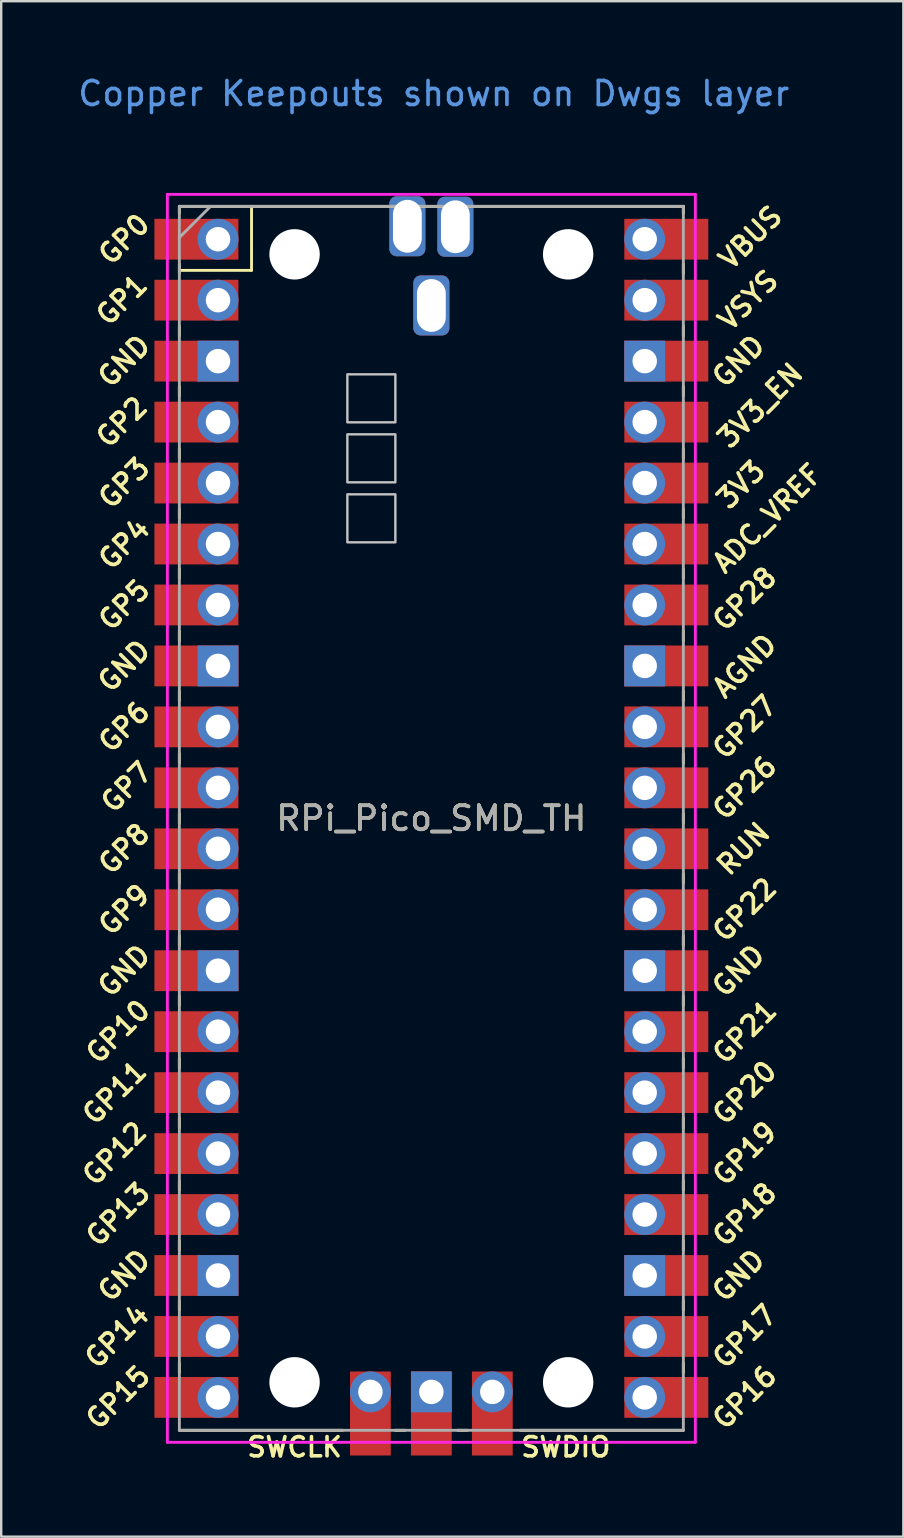
<source format=kicad_pcb>
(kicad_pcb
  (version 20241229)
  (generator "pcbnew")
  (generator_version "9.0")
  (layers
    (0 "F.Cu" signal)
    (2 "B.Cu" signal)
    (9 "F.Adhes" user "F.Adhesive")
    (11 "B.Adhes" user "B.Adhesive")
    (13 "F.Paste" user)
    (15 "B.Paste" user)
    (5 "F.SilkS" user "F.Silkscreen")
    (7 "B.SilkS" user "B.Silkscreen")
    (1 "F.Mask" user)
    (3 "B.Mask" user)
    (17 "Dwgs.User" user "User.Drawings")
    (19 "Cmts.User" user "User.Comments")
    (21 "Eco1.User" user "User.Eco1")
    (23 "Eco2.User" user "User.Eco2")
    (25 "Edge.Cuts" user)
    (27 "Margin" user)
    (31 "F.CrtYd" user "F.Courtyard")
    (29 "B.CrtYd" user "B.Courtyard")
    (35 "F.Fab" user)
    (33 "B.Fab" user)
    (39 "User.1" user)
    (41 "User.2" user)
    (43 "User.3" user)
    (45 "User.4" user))
  (footprint "RPi_Pico_SMD_TH"
    (layer "F.Cu")
    (at 14.924 31.048)
    (property "Reference" "RPi_Pico_SMD_TH" (at 0 0 0) (layer "F.SilkS") (effects (font (size 1 1) (thickness 0.15))))
    (attr through_hole)
    (fp_line (start -10.5 -25.5) (end -10.5 -25.2) (stroke (width 0.12) (type solid)) (layer "F.SilkS"))
    (fp_line (start -10.5 -25.5) (end 10.5 -25.5) (stroke (width 0.12) (type solid)) (layer "F.SilkS"))
    (fp_line (start -10.5 -23.1) (end -10.5 -22.7) (stroke (width 0.12) (type solid)) (layer "F.SilkS"))
    (fp_line (start -10.5 -22.833) (end -7.493 -22.833) (stroke (width 0.12) (type solid)) (layer "F.SilkS"))
    (fp_line (start -10.5 -20.5) (end -10.5 -20.1) (stroke (width 0.12) (type solid)) (layer "F.SilkS"))
    (fp_line (start -10.5 -18) (end -10.5 -17.6) (stroke (width 0.12) (type solid)) (layer "F.SilkS"))
    (fp_line (start -10.5 -15.4) (end -10.5 -15) (stroke (width 0.12) (type solid)) (layer "F.SilkS"))
    (fp_line (start -10.5 -12.9) (end -10.5 -12.5) (stroke (width 0.12) (type solid)) (layer "F.SilkS"))
    (fp_line (start -10.5 -10.4) (end -10.5 -10) (stroke (width 0.12) (type solid)) (layer "F.SilkS"))
    (fp_line (start -10.5 -7.8) (end -10.5 -7.4) (stroke (width 0.12) (type solid)) (layer "F.SilkS"))
    (fp_line (start -10.5 -5.3) (end -10.5 -4.9) (stroke (width 0.12) (type solid)) (layer "F.SilkS"))
    (fp_line (start -10.5 -2.7) (end -10.5 -2.3) (stroke (width 0.12) (type solid)) (layer "F.SilkS"))
    (fp_line (start -10.5 -0.2) (end -10.5 0.2) (stroke (width 0.12) (type solid)) (layer "F.SilkS"))
    (fp_line (start -10.5 2.3) (end -10.5 2.7) (stroke (width 0.12) (type solid)) (layer "F.SilkS"))
    (fp_line (start -10.5 4.9) (end -10.5 5.3) (stroke (width 0.12) (type solid)) (layer "F.SilkS"))
    (fp_line (start -10.5 7.4) (end -10.5 7.8) (stroke (width 0.12) (type solid)) (layer "F.SilkS"))
    (fp_line (start -10.5 10) (end -10.5 10.4) (stroke (width 0.12) (type solid)) (layer "F.SilkS"))
    (fp_line (start -10.5 12.5) (end -10.5 12.9) (stroke (width 0.12) (type solid)) (layer "F.SilkS"))
    (fp_line (start -10.5 15.1) (end -10.5 15.5) (stroke (width 0.12) (type solid)) (layer "F.SilkS"))
    (fp_line (start -10.5 17.6) (end -10.5 18) (stroke (width 0.12) (type solid)) (layer "F.SilkS"))
    (fp_line (start -10.5 20.1) (end -10.5 20.5) (stroke (width 0.12) (type solid)) (layer "F.SilkS"))
    (fp_line (start -10.5 22.7) (end -10.5 23.1) (stroke (width 0.12) (type solid)) (layer "F.SilkS"))
    (fp_line (start -7.493 -22.833) (end -7.493 -25.5) (stroke (width 0.12) (type solid)) (layer "F.SilkS"))
    (fp_line (start -3.7 25.5) (end -10.5 25.5) (stroke (width 0.12) (type solid)) (layer "F.SilkS"))
    (fp_line (start -1.5 25.5) (end -1.1 25.5) (stroke (width 0.12) (type solid)) (layer "F.SilkS"))
    (fp_line (start 1.1 25.5) (end 1.5 25.5) (stroke (width 0.12) (type solid)) (layer "F.SilkS"))
    (fp_line (start 10.5 -25.5) (end 10.5 -25.2) (stroke (width 0.12) (type solid)) (layer "F.SilkS"))
    (fp_line (start 10.5 -23.1) (end 10.5 -22.7) (stroke (width 0.12) (type solid)) (layer "F.SilkS"))
    (fp_line (start 10.5 -20.5) (end 10.5 -20.1) (stroke (width 0.12) (type solid)) (layer "F.SilkS"))
    (fp_line (start 10.5 -18) (end 10.5 -17.6) (stroke (width 0.12) (type solid)) (layer "F.SilkS"))
    (fp_line (start 10.5 -15.4) (end 10.5 -15) (stroke (width 0.12) (type solid)) (layer "F.SilkS"))
    (fp_line (start 10.5 -12.9) (end 10.5 -12.5) (stroke (width 0.12) (type solid)) (layer "F.SilkS"))
    (fp_line (start 10.5 -10.4) (end 10.5 -10) (stroke (width 0.12) (type solid)) (layer "F.SilkS"))
    (fp_line (start 10.5 -7.8) (end 10.5 -7.4) (stroke (width 0.12) (type solid)) (layer "F.SilkS"))
    (fp_line (start 10.5 -5.3) (end 10.5 -4.9) (stroke (width 0.12) (type solid)) (layer "F.SilkS"))
    (fp_line (start 10.5 -2.7) (end 10.5 -2.3) (stroke (width 0.12) (type solid)) (layer "F.SilkS"))
    (fp_line (start 10.5 -0.2) (end 10.5 0.2) (stroke (width 0.12) (type solid)) (layer "F.SilkS"))
    (fp_line (start 10.5 2.3) (end 10.5 2.7) (stroke (width 0.12) (type solid)) (layer "F.SilkS"))
    (fp_line (start 10.5 4.9) (end 10.5 5.3) (stroke (width 0.12) (type solid)) (layer "F.SilkS"))
    (fp_line (start 10.5 7.4) (end 10.5 7.8) (stroke (width 0.12) (type solid)) (layer "F.SilkS"))
    (fp_line (start 10.5 10) (end 10.5 10.4) (stroke (width 0.12) (type solid)) (layer "F.SilkS"))
    (fp_line (start 10.5 12.5) (end 10.5 12.9) (stroke (width 0.12) (type solid)) (layer "F.SilkS"))
    (fp_line (start 10.5 15.1) (end 10.5 15.5) (stroke (width 0.12) (type solid)) (layer "F.SilkS"))
    (fp_line (start 10.5 17.6) (end 10.5 18) (stroke (width 0.12) (type solid)) (layer "F.SilkS"))
    (fp_line (start 10.5 20.1) (end 10.5 20.5) (stroke (width 0.12) (type solid)) (layer "F.SilkS"))
    (fp_line (start 10.5 22.7) (end 10.5 23.1) (stroke (width 0.12) (type solid)) (layer "F.SilkS"))
    (fp_line (start 10.5 25.5) (end 3.7 25.5) (stroke (width 0.12) (type solid)) (layer "F.SilkS"))
    (fp_poly (pts (xy -1.5 -16.5) (xy -3.5 -16.5) (xy -3.5 -18.5) (xy -1.5 -18.5)) (stroke (width 0.1) (type solid)) (fill no) (layer "Dwgs.User"))
    (fp_poly (pts (xy -1.5 -14) (xy -3.5 -14) (xy -3.5 -16) (xy -1.5 -16)) (stroke (width 0.1) (type solid)) (fill no) (layer "Dwgs.User"))
    (fp_poly (pts (xy -1.5 -11.5) (xy -3.5 -11.5) (xy -3.5 -13.5) (xy -1.5 -13.5)) (stroke (width 0.1) (type solid)) (fill no) (layer "Dwgs.User"))
    (fp_line (start -11 -26) (end 11 -26) (stroke (width 0.12) (type solid)) (layer "F.CrtYd"))
    (fp_line (start -11 26) (end -11 -26) (stroke (width 0.12) (type solid)) (layer "F.CrtYd"))
    (fp_line (start 11 -26) (end 11 26) (stroke (width 0.12) (type solid)) (layer "F.CrtYd"))
    (fp_line (start 11 26) (end -11 26) (stroke (width 0.12) (type solid)) (layer "F.CrtYd"))
    (fp_line (start -10.5 -25.5) (end 10.5 -25.5) (stroke (width 0.12) (type solid)) (layer "F.Fab"))
    (fp_line (start -10.5 -24.2) (end -9.2 -25.5) (stroke (width 0.12) (type solid)) (layer "F.Fab"))
    (fp_line (start -10.5 25.5) (end -10.5 -25.5) (stroke (width 0.12) (type solid)) (layer "F.Fab"))
    (fp_line (start 10.5 -25.5) (end 10.5 25.5) (stroke (width 0.12) (type solid)) (layer "F.Fab"))
    (fp_line (start 10.5 25.5) (end -10.5 25.5) (stroke (width 0.12) (type solid)) (layer "F.Fab"))
    (fp_text user "GND" (at -12.8 6.35 45) (layer "F.SilkS") (effects (font (size 0.8 0.8) (thickness 0.15))))
    (fp_text user "ADC_VREF" (at 14 -12.5 45) (layer "F.SilkS") (effects (font (size 0.8 0.8) (thickness 0.15))))
    (fp_text user "VBUS" (at 13.3 -24.2 45) (layer "F.SilkS") (effects (font (size 0.8 0.8) (thickness 0.15))))
    (fp_text user "GP8" (at -12.8 1.27 45) (layer "F.SilkS") (effects (font (size 0.8 0.8) (thickness 0.15))))
    (fp_text user "GND" (at -12.8 -6.35 45) (layer "F.SilkS") (effects (font (size 0.8 0.8) (thickness 0.15))))
    (fp_text user "GP15" (at -13.054 24.13 45) (layer "F.SilkS") (effects (font (size 0.8 0.8) (thickness 0.15))))
    (fp_text user "GP12" (at -13.2 13.97 45) (layer "F.SilkS") (effects (font (size 0.8 0.8) (thickness 0.15))))
    (fp_text user "GP5" (at -12.8 -8.89 45) (layer "F.SilkS") (effects (font (size 0.8 0.8) (thickness 0.15))))
    (fp_text user "GP22" (at 13.054 3.81 45) (layer "F.SilkS") (effects (font (size 0.8 0.8) (thickness 0.15))))
    (fp_text user "GP21" (at 13.054 8.9 45) (layer "F.SilkS") (effects (font (size 0.8 0.8) (thickness 0.15))))
    (fp_text user "GP1" (at -12.9 -21.6 45) (layer "F.SilkS") (effects (font (size 0.8 0.8) (thickness 0.15))))
    (fp_text user "GND" (at 12.8 -19.05 45) (layer "F.SilkS") (effects (font (size 0.8 0.8) (thickness 0.15))))
    (fp_text user "GP0" (at -12.8 -24.13 45) (layer "F.SilkS") (effects (font (size 0.8 0.8) (thickness 0.15))))
    (fp_text user "GND" (at -12.8 19.05 45) (layer "F.SilkS") (effects (font (size 0.8 0.8) (thickness 0.15))))
    (fp_text user "GP10" (at -13.054 8.89 45) (layer "F.SilkS") (effects (font (size 0.8 0.8) (thickness 0.15))))
    (fp_text user "GND" (at -12.8 -19.05 45) (layer "F.SilkS") (effects (font (size 0.8 0.8) (thickness 0.15))))
    (fp_text user "GP14" (at -13.1 21.59 45) (layer "F.SilkS") (effects (font (size 0.8 0.8) (thickness 0.15))))
    (fp_text user "GP7" (at -12.7 -1.3 45) (layer "F.SilkS") (effects (font (size 0.8 0.8) (thickness 0.15))))
    (fp_text user "GP9" (at -12.8 3.81 45) (layer "F.SilkS") (effects (font (size 0.8 0.8) (thickness 0.15))))
    (fp_text user "GP26" (at 13.054 -1.27 45) (layer "F.SilkS") (effects (font (size 0.8 0.8) (thickness 0.15))))
    (fp_text user "3V3" (at 12.9 -13.9 45) (layer "F.SilkS") (effects (font (size 0.8 0.8) (thickness 0.15))))
    (fp_text user "GP13" (at -13.054 16.51 45) (layer "F.SilkS") (effects (font (size 0.8 0.8) (thickness 0.15))))
    (fp_text user "SWCLK" (at -5.7 26.2 0) (layer "F.SilkS") (effects (font (size 0.8 0.8) (thickness 0.15))))
    (fp_text user "SWDIO" (at 5.6 26.2 0) (layer "F.SilkS") (effects (font (size 0.8 0.8) (thickness 0.15))))
    (fp_text user "AGND" (at 13.054 -6.35 45) (layer "F.SilkS") (effects (font (size 0.8 0.8) (thickness 0.15))))
    (fp_text user "GP16" (at 13.054 24.13 45) (layer "F.SilkS") (effects (font (size 0.8 0.8) (thickness 0.15))))
    (fp_text user "GP3" (at -12.8 -13.97 45) (layer "F.SilkS") (effects (font (size 0.8 0.8) (thickness 0.15))))
    (fp_text user "GP19" (at 13.054 13.97 45) (layer "F.SilkS") (effects (font (size 0.8 0.8) (thickness 0.15))))
    (fp_text user "GP4" (at -12.8 -11.43 45) (layer "F.SilkS") (effects (font (size 0.8 0.8) (thickness 0.15))))
    (fp_text user "GND" (at 12.8 6.35 45) (layer "F.SilkS") (effects (font (size 0.8 0.8) (thickness 0.15))))
    (fp_text user "3V3_EN" (at 13.7 -17.2 45) (layer "F.SilkS") (effects (font (size 0.8 0.8) (thickness 0.15))))
    (fp_text user "GND" (at 12.8 19.05 45) (layer "F.SilkS") (effects (font (size 0.8 0.8) (thickness 0.15))))
    (fp_text user "GP2" (at -12.9 -16.51 45) (layer "F.SilkS") (effects (font (size 0.8 0.8) (thickness 0.15))))
    (fp_text user "GP6" (at -12.8 -3.81 45) (layer "F.SilkS") (effects (font (size 0.8 0.8) (thickness 0.15))))
    (fp_text user "VSYS" (at 13.2 -21.59 45) (layer "F.SilkS") (effects (font (size 0.8 0.8) (thickness 0.15))))
    (fp_text user "GP28" (at 13.054 -9.144 45) (layer "F.SilkS") (effects (font (size 0.8 0.8) (thickness 0.15))))
    (fp_text user "GP11" (at -13.2 11.43 45) (layer "F.SilkS") (effects (font (size 0.8 0.8) (thickness 0.15))))
    (fp_text user "GP17" (at 13.054 21.59 45) (layer "F.SilkS") (effects (font (size 0.8 0.8) (thickness 0.15))))
    (fp_text user "GP27" (at 13.054 -3.8 45) (layer "F.SilkS") (effects (font (size 0.8 0.8) (thickness 0.15))))
    (fp_text user "GP18" (at 13.054 16.51 45) (layer "F.SilkS") (effects (font (size 0.8 0.8) (thickness 0.15))))
    (fp_text user "GP20" (at 13.054 11.43 45) (layer "F.SilkS") (effects (font (size 0.8 0.8) (thickness 0.15))))
    (fp_text user "RUN" (at 13 1.27 45) (layer "F.SilkS") (effects (font (size 0.8 0.8) (thickness 0.15))))
    (fp_text user "Copper Keepouts shown on Dwgs layer" (at 0.1 -30.2 0) (layer "Cmts.User") (effects (font (size 1 1) (thickness 0.15))))
    (fp_text user "${REFERENCE}" (at 0 0 180) (layer "F.Fab") (effects (font (size 1 1) (thickness 0.15))))
    (pad "" np_thru_hole circle (at -5.7 -23.5) (size 2.1 2.1) (drill 2.1) (layers "*.Cu" "*.Mask"))
    (pad "" np_thru_hole circle (at -5.7 23.5) (size 2.1 2.1) (drill 2.1) (layers "*.Cu" "*.Mask"))
    (pad "" np_thru_hole circle (at 5.7 -23.5) (size 2.1 2.1) (drill 2.1) (layers "*.Cu" "*.Mask"))
    (pad "" np_thru_hole circle (at 5.7 23.5) (size 2.1 2.1) (drill 2.1) (layers "*.Cu" "*.Mask"))
    (pad "1" thru_hole oval (at -8.89 -24.13) (size 1.7 1.7) (drill 1.02) (layers "*.Cu" "*.Mask"))
    (pad "1" smd rect (at -8.89 -24.13) (size 3.5 1.7) (drill (offset -0.9 0)) (layers "F.Cu" "F.Mask"))
    (pad "2" thru_hole oval (at -8.89 -21.59) (size 1.7 1.7) (drill 1.02) (layers "*.Cu" "*.Mask"))
    (pad "2" smd rect (at -8.89 -21.59) (size 3.5 1.7) (drill (offset -0.9 0)) (layers "F.Cu" "F.Mask"))
    (pad "3" thru_hole rect (at -8.89 -19.05) (size 1.7 1.7) (drill 1.02) (layers "*.Cu" "*.Mask"))
    (pad "3" smd rect (at -8.89 -19.05) (size 3.5 1.7) (drill (offset -0.9 0)) (layers "F.Cu" "F.Mask"))
    (pad "4" thru_hole oval (at -8.89 -16.51) (size 1.7 1.7) (drill 1.02) (layers "*.Cu" "*.Mask"))
    (pad "4" smd rect (at -8.89 -16.51) (size 3.5 1.7) (drill (offset -0.9 0)) (layers "F.Cu" "F.Mask"))
    (pad "5" thru_hole oval (at -8.89 -13.97) (size 1.7 1.7) (drill 1.02) (layers "*.Cu" "*.Mask"))
    (pad "5" smd rect (at -8.89 -13.97) (size 3.5 1.7) (drill (offset -0.9 0)) (layers "F.Cu" "F.Mask"))
    (pad "6" thru_hole oval (at -8.89 -11.43) (size 1.7 1.7) (drill 1.02) (layers "*.Cu" "*.Mask"))
    (pad "6" smd rect (at -8.89 -11.43) (size 3.5 1.7) (drill (offset -0.9 0)) (layers "F.Cu" "F.Mask"))
    (pad "7" thru_hole oval (at -8.89 -8.89) (size 1.7 1.7) (drill 1.02) (layers "*.Cu" "*.Mask"))
    (pad "7" smd rect (at -8.89 -8.89) (size 3.5 1.7) (drill (offset -0.9 0)) (layers "F.Cu" "F.Mask"))
    (pad "8" thru_hole rect (at -8.89 -6.35) (size 1.7 1.7) (drill 1.02) (layers "*.Cu" "*.Mask"))
    (pad "8" smd rect (at -8.89 -6.35) (size 3.5 1.7) (drill (offset -0.9 0)) (layers "F.Cu" "F.Mask"))
    (pad "9" thru_hole oval (at -8.89 -3.81) (size 1.7 1.7) (drill 1.02) (layers "*.Cu" "*.Mask"))
    (pad "9" smd rect (at -8.89 -3.81) (size 3.5 1.7) (drill (offset -0.9 0)) (layers "F.Cu" "F.Mask"))
    (pad "10" thru_hole oval (at -8.89 -1.27) (size 1.7 1.7) (drill 1.02) (layers "*.Cu" "*.Mask"))
    (pad "10" smd rect (at -8.89 -1.27) (size 3.5 1.7) (drill (offset -0.9 0)) (layers "F.Cu" "F.Mask"))
    (pad "11" thru_hole oval (at -8.89 1.27) (size 1.7 1.7) (drill 1.02) (layers "*.Cu" "*.Mask"))
    (pad "11" smd rect (at -8.89 1.27) (size 3.5 1.7) (drill (offset -0.9 0)) (layers "F.Cu" "F.Mask"))
    (pad "12" thru_hole oval (at -8.89 3.81) (size 1.7 1.7) (drill 1.02) (layers "*.Cu" "*.Mask"))
    (pad "12" smd rect (at -8.89 3.81) (size 3.5 1.7) (drill (offset -0.9 0)) (layers "F.Cu" "F.Mask"))
    (pad "13" thru_hole rect (at -8.89 6.35) (size 1.7 1.7) (drill 1.02) (layers "*.Cu" "*.Mask"))
    (pad "13" smd rect (at -8.89 6.35) (size 3.5 1.7) (drill (offset -0.9 0)) (layers "F.Cu" "F.Mask"))
    (pad "14" thru_hole oval (at -8.89 8.89) (size 1.7 1.7) (drill 1.02) (layers "*.Cu" "*.Mask"))
    (pad "14" smd rect (at -8.89 8.89) (size 3.5 1.7) (drill (offset -0.9 0)) (layers "F.Cu" "F.Mask"))
    (pad "15" thru_hole oval (at -8.89 11.43) (size 1.7 1.7) (drill 1.02) (layers "*.Cu" "*.Mask"))
    (pad "15" smd rect (at -8.89 11.43) (size 3.5 1.7) (drill (offset -0.9 0)) (layers "F.Cu" "F.Mask"))
    (pad "16" thru_hole oval (at -8.89 13.97) (size 1.7 1.7) (drill 1.02) (layers "*.Cu" "*.Mask"))
    (pad "16" smd rect (at -8.89 13.97) (size 3.5 1.7) (drill (offset -0.9 0)) (layers "F.Cu" "F.Mask"))
    (pad "17" thru_hole oval (at -8.89 16.51) (size 1.7 1.7) (drill 1.02) (layers "*.Cu" "*.Mask"))
    (pad "17" smd rect (at -8.89 16.51) (size 3.5 1.7) (drill (offset -0.9 0)) (layers "F.Cu" "F.Mask"))
    (pad "18" thru_hole rect (at -8.89 19.05) (size 1.7 1.7) (drill 1.02) (layers "*.Cu" "*.Mask"))
    (pad "18" smd rect (at -8.89 19.05) (size 3.5 1.7) (drill (offset -0.9 0)) (layers "F.Cu" "F.Mask"))
    (pad "19" thru_hole oval (at -8.89 21.59) (size 1.7 1.7) (drill 1.02) (layers "*.Cu" "*.Mask"))
    (pad "19" smd rect (at -8.89 21.59) (size 3.5 1.7) (drill (offset -0.9 0)) (layers "F.Cu" "F.Mask"))
    (pad "20" thru_hole oval (at -8.89 24.13) (size 1.7 1.7) (drill 1.02) (layers "*.Cu" "*.Mask"))
    (pad "20" smd rect (at -8.89 24.13) (size 3.5 1.7) (drill (offset -0.9 0)) (layers "F.Cu" "F.Mask"))
    (pad "21" thru_hole oval (at 8.89 24.13) (size 1.7 1.7) (drill 1.02) (layers "*.Cu" "*.Mask"))
    (pad "21" smd rect (at 8.89 24.13) (size 3.5 1.7) (drill (offset 0.9 0)) (layers "F.Cu" "F.Mask"))
    (pad "22" thru_hole oval (at 8.89 21.59) (size 1.7 1.7) (drill 1.02) (layers "*.Cu" "*.Mask"))
    (pad "22" smd rect (at 8.89 21.59) (size 3.5 1.7) (drill (offset 0.9 0)) (layers "F.Cu" "F.Mask"))
    (pad "23" thru_hole rect (at 8.89 19.05) (size 1.7 1.7) (drill 1.02) (layers "*.Cu" "*.Mask"))
    (pad "23" smd rect (at 8.89 19.05) (size 3.5 1.7) (drill (offset 0.9 0)) (layers "F.Cu" "F.Mask"))
    (pad "24" thru_hole oval (at 8.89 16.51) (size 1.7 1.7) (drill 1.02) (layers "*.Cu" "*.Mask"))
    (pad "24" smd rect (at 8.89 16.51) (size 3.5 1.7) (drill (offset 0.9 0)) (layers "F.Cu" "F.Mask"))
    (pad "25" thru_hole oval (at 8.89 13.97) (size 1.7 1.7) (drill 1.02) (layers "*.Cu" "*.Mask"))
    (pad "25" smd rect (at 8.89 13.97) (size 3.5 1.7) (drill (offset 0.9 0)) (layers "F.Cu" "F.Mask"))
    (pad "26" thru_hole oval (at 8.89 11.43) (size 1.7 1.7) (drill 1.02) (layers "*.Cu" "*.Mask"))
    (pad "26" smd rect (at 8.89 11.43) (size 3.5 1.7) (drill (offset 0.9 0)) (layers "F.Cu" "F.Mask"))
    (pad "27" thru_hole oval (at 8.89 8.89) (size 1.7 1.7) (drill 1.02) (layers "*.Cu" "*.Mask"))
    (pad "27" smd rect (at 8.89 8.89) (size 3.5 1.7) (drill (offset 0.9 0)) (layers "F.Cu" "F.Mask"))
    (pad "28" thru_hole rect (at 8.89 6.35) (size 1.7 1.7) (drill 1.02) (layers "*.Cu" "*.Mask"))
    (pad "28" smd rect (at 8.89 6.35) (size 3.5 1.7) (drill (offset 0.9 0)) (layers "F.Cu" "F.Mask"))
    (pad "29" thru_hole oval (at 8.89 3.81) (size 1.7 1.7) (drill 1.02) (layers "*.Cu" "*.Mask"))
    (pad "29" smd rect (at 8.89 3.81) (size 3.5 1.7) (drill (offset 0.9 0)) (layers "F.Cu" "F.Mask"))
    (pad "30" thru_hole oval (at 8.89 1.27) (size 1.7 1.7) (drill 1.02) (layers "*.Cu" "*.Mask"))
    (pad "30" smd rect (at 8.89 1.27) (size 3.5 1.7) (drill (offset 0.9 0)) (layers "F.Cu" "F.Mask"))
    (pad "31" thru_hole oval (at 8.89 -1.27) (size 1.7 1.7) (drill 1.02) (layers "*.Cu" "*.Mask"))
    (pad "31" smd rect (at 8.89 -1.27) (size 3.5 1.7) (drill (offset 0.9 0)) (layers "F.Cu" "F.Mask"))
    (pad "32" thru_hole oval (at 8.89 -3.81) (size 1.7 1.7) (drill 1.02) (layers "*.Cu" "*.Mask"))
    (pad "32" smd rect (at 8.89 -3.81) (size 3.5 1.7) (drill (offset 0.9 0)) (layers "F.Cu" "F.Mask"))
    (pad "33" thru_hole rect (at 8.89 -6.35) (size 1.7 1.7) (drill 1.02) (layers "*.Cu" "*.Mask"))
    (pad "33" smd rect (at 8.89 -6.35) (size 3.5 1.7) (drill (offset 0.9 0)) (layers "F.Cu" "F.Mask"))
    (pad "34" thru_hole oval (at 8.89 -8.89) (size 1.7 1.7) (drill 1.02) (layers "*.Cu" "*.Mask"))
    (pad "34" smd rect (at 8.89 -8.89) (size 3.5 1.7) (drill (offset 0.9 0)) (layers "F.Cu" "F.Mask"))
    (pad "35" thru_hole oval (at 8.89 -11.43) (size 1.7 1.7) (drill 1.02) (layers "*.Cu" "*.Mask"))
    (pad "35" smd rect (at 8.89 -11.43) (size 3.5 1.7) (drill (offset 0.9 0)) (layers "F.Cu" "F.Mask"))
    (pad "36" thru_hole oval (at 8.89 -13.97) (size 1.7 1.7) (drill 1.02) (layers "*.Cu" "*.Mask"))
    (pad "36" smd rect (at 8.89 -13.97) (size 3.5 1.7) (drill (offset 0.9 0)) (layers "F.Cu" "F.Mask"))
    (pad "37" thru_hole oval (at 8.89 -16.51) (size 1.7 1.7) (drill 1.02) (layers "*.Cu" "*.Mask"))
    (pad "37" smd rect (at 8.89 -16.51) (size 3.5 1.7) (drill (offset 0.9 0)) (layers "F.Cu" "F.Mask"))
    (pad "38" thru_hole rect (at 8.89 -19.05) (size 1.7 1.7) (drill 1.02) (layers "*.Cu" "*.Mask"))
    (pad "38" smd rect (at 8.89 -19.05) (size 3.5 1.7) (drill (offset 0.9 0)) (layers "F.Cu" "F.Mask"))
    (pad "39" thru_hole oval (at 8.89 -21.59) (size 1.7 1.7) (drill 1.02) (layers "*.Cu" "*.Mask"))
    (pad "39" smd rect (at 8.89 -21.59) (size 3.5 1.7) (drill (offset 0.9 0)) (layers "F.Cu" "F.Mask"))
    (pad "40" thru_hole oval (at 8.89 -24.13) (size 1.7 1.7) (drill 1.02) (layers "*.Cu" "*.Mask"))
    (pad "40" smd rect (at 8.89 -24.13) (size 3.5 1.7) (drill (offset 0.9 0)) (layers "F.Cu" "F.Mask"))
    (pad "41" thru_hole oval (at -2.54 23.9) (size 1.7 1.7) (drill 1.02) (layers "*.Cu" "*.Mask"))
    (pad "41" smd rect (at -2.54 23.9 90) (size 3.5 1.7) (drill (offset -0.9 0)) (layers "F.Cu" "F.Mask"))
    (pad "42" thru_hole rect (at 0 23.9) (size 1.7 1.7) (drill 1.02) (layers "*.Cu" "*.Mask"))
    (pad "42" smd rect (at 0 23.9 90) (size 3.5 1.7) (drill (offset -0.9 0)) (layers "F.Cu" "F.Mask"))
    (pad "43" thru_hole oval (at 2.54 23.9) (size 1.7 1.7) (drill 1.02) (layers "*.Cu" "*.Mask"))
    (pad "43" smd rect (at 2.54 23.9 90) (size 3.5 1.7) (drill (offset -0.9 0)) (layers "F.Cu" "F.Mask"))
    (pad "TP1" thru_hole roundrect (at 0 -21.37) (size 1.5 2.5) (drill oval 1.2 2.2) (layers "*.Cu" "*.Mask") (roundrect_rratio 0.2))
    (pad "TP2" thru_hole roundrect (at 1 -24.65) (size 1.5 2.5) (drill oval 1.2 2.2) (layers "*.Cu" "*.Mask") (roundrect_rratio 0.2))
    (pad "TP3" thru_hole roundrect (at -1 -24.67) (size 1.5 2.5) (drill oval 1.2 2.2) (layers "*.Cu" "*.Mask") (roundrect_rratio 0.2)))
  (gr_rect
    (start -3 -3)
    (end 34.591 60.98)
    (stroke (width 0.1) (type default))
    (fill no)
    (layer "Edge.Cuts")))
</source>
